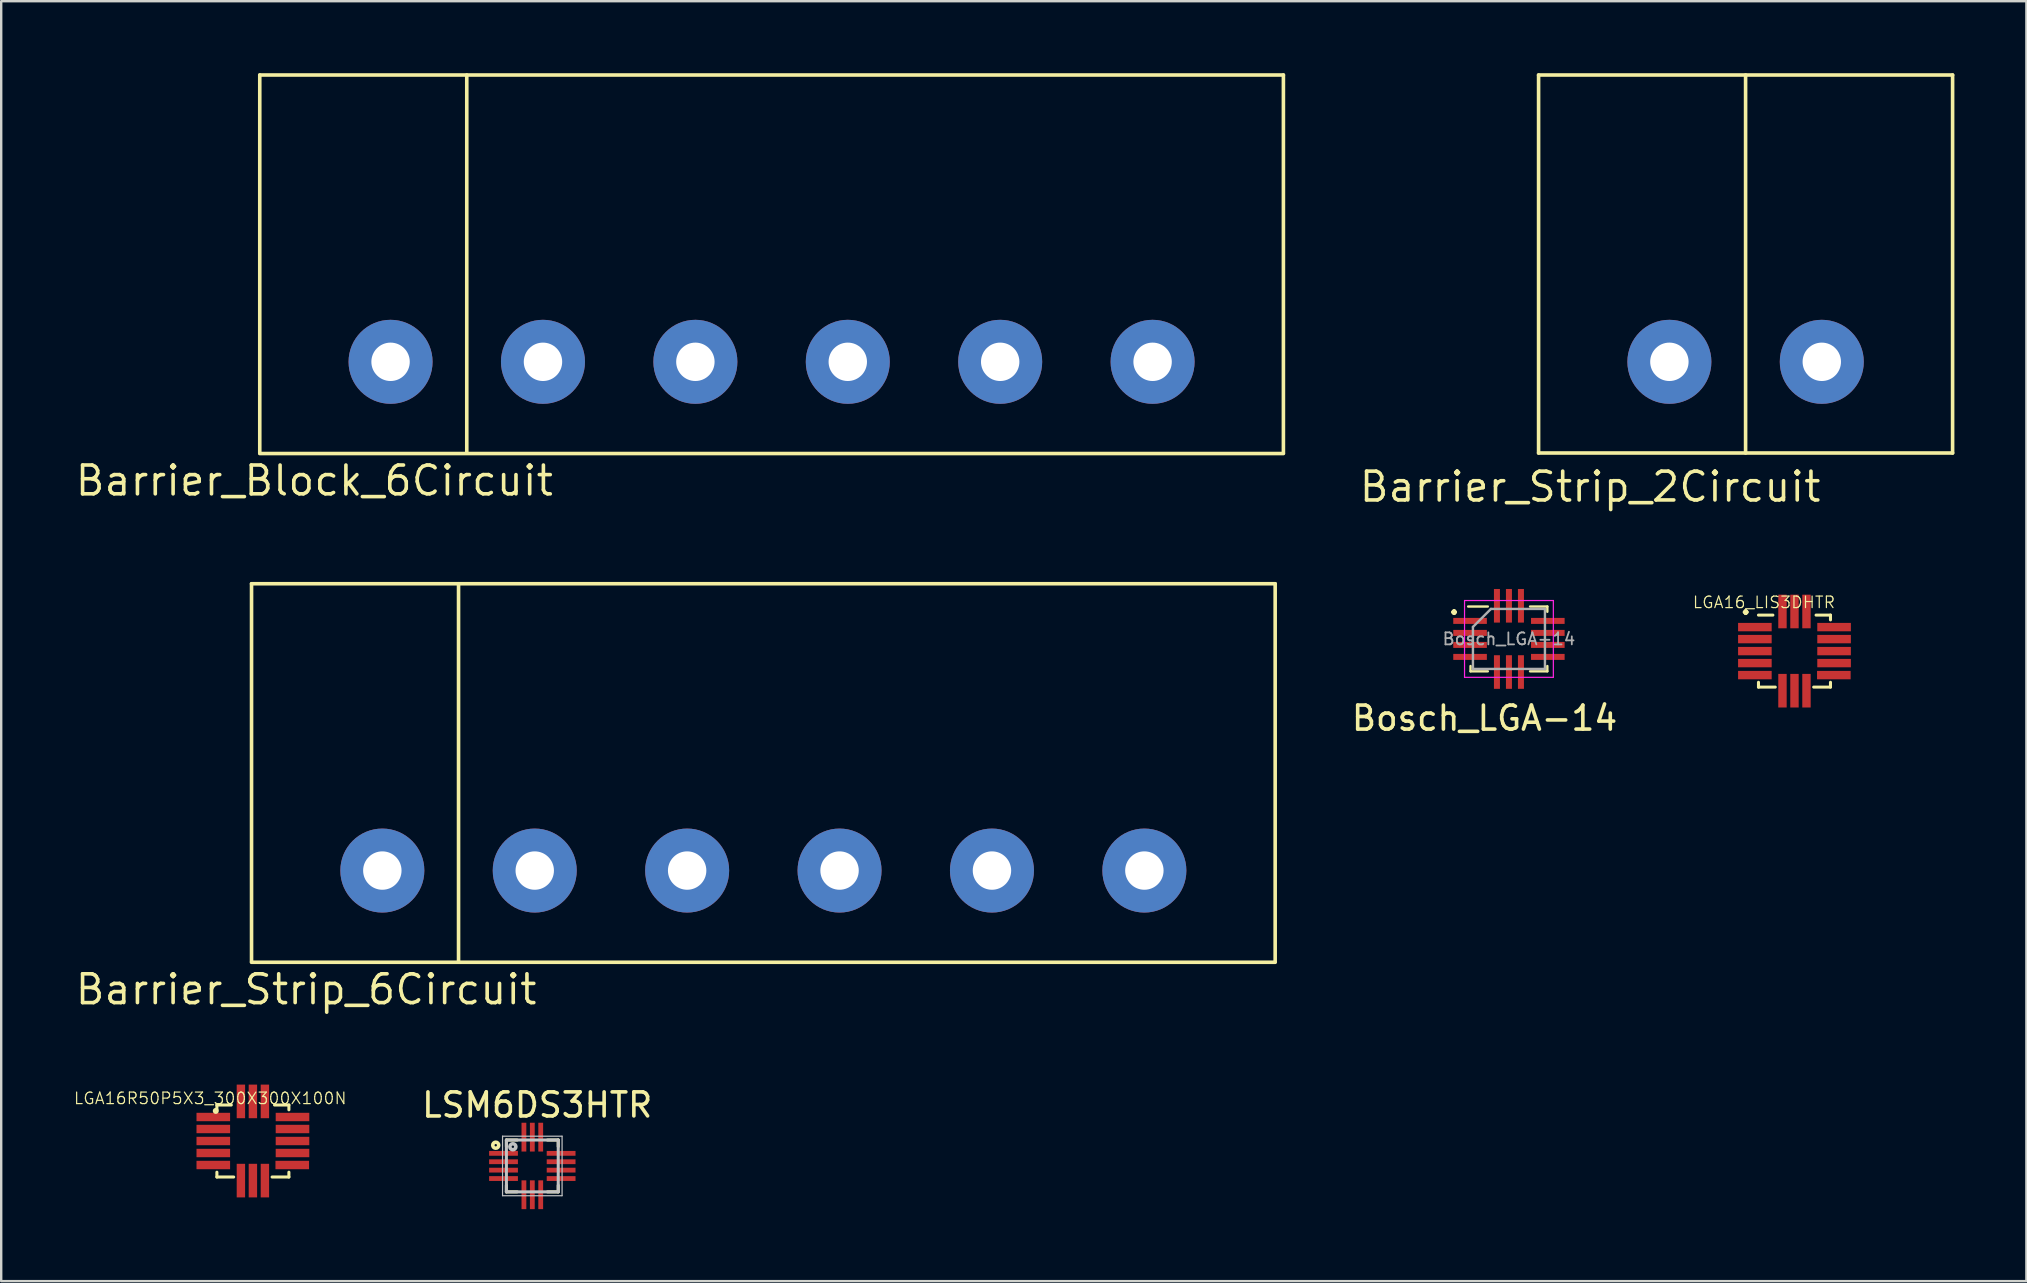
<source format=kicad_pcb>
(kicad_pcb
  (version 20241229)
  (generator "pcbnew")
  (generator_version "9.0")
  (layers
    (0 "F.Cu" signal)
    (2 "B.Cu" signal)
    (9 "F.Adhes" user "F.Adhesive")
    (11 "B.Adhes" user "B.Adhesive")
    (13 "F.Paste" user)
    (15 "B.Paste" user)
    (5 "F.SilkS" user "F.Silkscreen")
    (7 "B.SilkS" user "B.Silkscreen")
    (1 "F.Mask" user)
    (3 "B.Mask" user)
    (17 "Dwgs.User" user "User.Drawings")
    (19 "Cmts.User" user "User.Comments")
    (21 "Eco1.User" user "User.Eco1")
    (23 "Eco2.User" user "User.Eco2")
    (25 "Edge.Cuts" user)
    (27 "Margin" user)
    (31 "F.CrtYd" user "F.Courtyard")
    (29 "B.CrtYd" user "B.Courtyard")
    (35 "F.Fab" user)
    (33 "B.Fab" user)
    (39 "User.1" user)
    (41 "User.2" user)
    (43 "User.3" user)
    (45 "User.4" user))
  (footprint "Barrier_Strip_6Circuit"
    (layer "F.Cu")
    (at 28.755 33.222)
    (property "Reference" "Barrier_Strip_6Circuit" (at -19.05 4.953 0) (layer "F.SilkS") (effects (font (size 1.2 1.2) (thickness 0.15))))
    (attr through_hole)
    (fp_line (start -21.325 -11.95) (end 21.325 -11.95) (stroke (width 0.15) (type solid)) (layer "F.SilkS"))
    (fp_line (start -21.325 3.8) (end -21.325 -11.95) (stroke (width 0.15) (type solid)) (layer "F.SilkS"))
    (fp_line (start -12.7 -11.95) (end -12.7 3.8) (stroke (width 0.15) (type solid)) (layer "F.SilkS"))
    (fp_line (start 21.325 -11.95) (end 21.325 3.8) (stroke (width 0.15) (type solid)) (layer "F.SilkS"))
    (fp_line (start 21.325 3.822) (end -21.325 3.822) (stroke (width 0.15) (type solid)) (layer "F.SilkS"))
    (pad "1" thru_hole circle (at -15.875 0) (size 3.5 3.5) (drill 1.6) (layers "*.Cu" "*.Mask"))
    (pad "2" thru_hole circle (at -9.525 0) (size 3.5 3.5) (drill 1.6) (layers "*.Cu" "*.Mask"))
    (pad "3" thru_hole circle (at -3.175 0) (size 3.5 3.5) (drill 1.6) (layers "*.Cu" "*.Mask"))
    (pad "4" thru_hole circle (at 3.175 0) (size 3.5 3.5) (drill 1.6) (layers "*.Cu" "*.Mask"))
    (pad "5" thru_hole circle (at 9.525 0) (size 3.5 3.5) (drill 1.6) (layers "*.Cu" "*.Mask"))
    (pad "6" thru_hole circle (at 15.875 0) (size 3.5 3.5) (drill 1.6) (layers "*.Cu" "*.Mask")))
  (footprint "LSM6DS3HTR"
    (layer "F.Cu")
    (at 19.129 45.529)
    (property "Reference" "LSM6DS3HTR" (at 0.203 -2.54 0) (layer "F.SilkS") (effects (font (size 1.001 1.001) (thickness 0.15))))
    (attr smd)
    (fp_line (start -1.08 -1.08) (end -0.63 -1.08) (stroke (width 0.127) (type solid)) (layer "F.SilkS"))
    (fp_line (start -1.08 -0.81) (end -1.08 -1.08) (stroke (width 0.127) (type solid)) (layer "F.SilkS"))
    (fp_line (start -1.08 0.81) (end -1.08 1.08) (stroke (width 0.127) (type solid)) (layer "F.SilkS"))
    (fp_line (start -1.08 1.08) (end -0.63 1.08) (stroke (width 0.127) (type solid)) (layer "F.SilkS"))
    (fp_line (start 0.63 -1.08) (end 1.08 -1.08) (stroke (width 0.127) (type solid)) (layer "F.SilkS"))
    (fp_line (start 1.08 -1.08) (end 1.08 -0.81) (stroke (width 0.127) (type solid)) (layer "F.SilkS"))
    (fp_line (start 1.08 0.81) (end 1.08 1.08) (stroke (width 0.127) (type solid)) (layer "F.SilkS"))
    (fp_line (start 1.08 1.08) (end 0.63 1.08) (stroke (width 0.127) (type solid)) (layer "F.SilkS"))
    (fp_circle (center -1.524 -0.864) (end -1.474 -0.864) (stroke (width 0.15) (type solid)) (fill no) (layer "F.SilkS"))
    (fp_line (start -1.24 -1.24) (end 1.24 -1.24) (stroke (width 0.05) (type solid)) (layer "Dwgs.User"))
    (fp_line (start -1.24 1.24) (end -1.24 -1.24) (stroke (width 0.05) (type solid)) (layer "Dwgs.User"))
    (fp_line (start -1.08 -1.08) (end -1.08 1.08) (stroke (width 0.127) (type solid)) (layer "Dwgs.User"))
    (fp_line (start -1.08 1.08) (end 1.08 1.08) (stroke (width 0.127) (type solid)) (layer "Dwgs.User"))
    (fp_line (start 1.08 -1.08) (end -1.08 -1.08) (stroke (width 0.127) (type solid)) (layer "Dwgs.User"))
    (fp_line (start 1.08 1.08) (end 1.08 -1.08) (stroke (width 0.127) (type solid)) (layer "Dwgs.User"))
    (fp_line (start 1.24 -1.24) (end 1.24 1.24) (stroke (width 0.05) (type solid)) (layer "Dwgs.User"))
    (fp_line (start 1.24 1.24) (end -1.24 1.24) (stroke (width 0.05) (type solid)) (layer "Dwgs.User"))
    (fp_circle (center -0.81 -0.8) (end -0.76 -0.8) (stroke (width 0.15) (type solid)) (fill no) (layer "Dwgs.User"))
    (pad "1" smd rect (at -1.2 -0.525) (size 1.2 0.2) (layers "F.Cu" "F.Mask" "F.Paste"))
    (pad "2" smd rect (at -1.2 -0.175) (size 1.2 0.2) (layers "F.Cu" "F.Mask" "F.Paste"))
    (pad "3" smd rect (at -1.2 0.175) (size 1.2 0.2) (layers "F.Cu" "F.Mask" "F.Paste"))
    (pad "4" smd rect (at -1.2 0.525) (size 1.2 0.2) (layers "F.Cu" "F.Mask" "F.Paste"))
    (pad "5" smd rect (at -0.35 1.2 90) (size 1.2 0.2) (layers "F.Cu" "F.Mask" "F.Paste"))
    (pad "6" smd rect (at 0 1.2 90) (size 1.2 0.2) (layers "F.Cu" "F.Mask" "F.Paste"))
    (pad "7" smd rect (at 0.35 1.2 90) (size 1.2 0.2) (layers "F.Cu" "F.Mask" "F.Paste"))
    (pad "8" smd rect (at 1.2 0.525 180) (size 1.2 0.2) (layers "F.Cu" "F.Mask" "F.Paste"))
    (pad "9" smd rect (at 1.2 0.175 180) (size 1.2 0.2) (layers "F.Cu" "F.Mask" "F.Paste"))
    (pad "10" smd rect (at 1.2 -0.175 180) (size 1.2 0.2) (layers "F.Cu" "F.Mask" "F.Paste"))
    (pad "11" smd rect (at 1.2 -0.525 180) (size 1.2 0.2) (layers "F.Cu" "F.Mask" "F.Paste"))
    (pad "12" smd rect (at 0.35 -1.2 270) (size 1.2 0.2) (layers "F.Cu" "F.Mask" "F.Paste"))
    (pad "13" smd rect (at 0 -1.2 270) (size 1.2 0.2) (layers "F.Cu" "F.Mask" "F.Paste"))
    (pad "14" smd rect (at -0.35 -1.2 270) (size 1.2 0.2) (layers "F.Cu" "F.Mask" "F.Paste")))
  (footprint "Barrier_Strip_2Circuit"
    (layer "F.Cu")
    (at 69.68 12.025)
    (property "Reference" "Barrier_Strip_2Circuit" (at -6.477 5.207 0) (layer "F.SilkS") (effects (font (size 1.2 1.2) (thickness 0.15))))
    (attr through_hole)
    (fp_line (start -8.625 -11.95) (end 8.625 -11.95) (stroke (width 0.15) (type solid)) (layer "F.SilkS"))
    (fp_line (start -8.625 3.8) (end -8.625 -11.95) (stroke (width 0.15) (type solid)) (layer "F.SilkS"))
    (fp_line (start -8.625 3.8) (end 8.625 3.8) (stroke (width 0.15) (type solid)) (layer "F.SilkS"))
    (fp_line (start 0 -11.95) (end 0 3.8) (stroke (width 0.15) (type solid)) (layer "F.SilkS"))
    (fp_line (start 8.625 -11.95) (end 8.625 3.8) (stroke (width 0.15) (type solid)) (layer "F.SilkS"))
    (pad "1" thru_hole circle (at -3.175 0) (size 3.5 3.5) (drill 1.6) (layers "*.Cu" "*.Mask"))
    (pad "2" thru_hole circle (at 3.175 0) (size 3.5 3.5) (drill 1.6) (layers "*.Cu" "*.Mask")))
  (footprint "Bosch_LGA-14"
    (layer "F.Cu")
    (at 59.82 23.57)
    (property "Reference" "Bosch_LGA-14" (at -1.016 3.302 0) (layer "F.SilkS") (effects (font (size 1 1) (thickness 0.15))))
    (attr smd)
    (fp_line (start -1.7 -1.35) (end -0.88 -1.35) (stroke (width 0.1) (type solid)) (layer "F.SilkS"))
    (fp_line (start -1.6 1.35) (end -1.6 1.13) (stroke (width 0.1) (type solid)) (layer "F.SilkS"))
    (fp_line (start -1.6 1.35) (end -0.88 1.35) (stroke (width 0.1) (type solid)) (layer "F.SilkS"))
    (fp_line (start 0.88 -1.35) (end 1.6 -1.35) (stroke (width 0.1) (type solid)) (layer "F.SilkS"))
    (fp_line (start 1.6 -1.35) (end 1.6 -1.13) (stroke (width 0.1) (type solid)) (layer "F.SilkS"))
    (fp_line (start 1.6 1.13) (end 1.6 1.35) (stroke (width 0.1) (type solid)) (layer "F.SilkS"))
    (fp_line (start 1.6 1.35) (end 0.88 1.35) (stroke (width 0.1) (type solid)) (layer "F.SilkS"))
    (fp_line (start -1.85 -1.6) (end 1.85 -1.6) (stroke (width 0.05) (type solid)) (layer "F.CrtYd"))
    (fp_line (start -1.85 1.6) (end -1.85 -1.6) (stroke (width 0.05) (type solid)) (layer "F.CrtYd"))
    (fp_line (start 1.85 -1.6) (end 1.85 1.6) (stroke (width 0.05) (type solid)) (layer "F.CrtYd"))
    (fp_line (start 1.85 1.6) (end -1.85 1.6) (stroke (width 0.05) (type solid)) (layer "F.CrtYd"))
    (fp_line (start -1.5 1.25) (end -1.5 -0.5) (stroke (width 0.1) (type solid)) (layer "F.Fab"))
    (fp_line (start -0.75 -1.25) (end -1.5 -0.5) (stroke (width 0.1) (type solid)) (layer "F.Fab"))
    (fp_line (start -0.75 -1.25) (end 1.5 -1.25) (stroke (width 0.1) (type solid)) (layer "F.Fab"))
    (fp_line (start 1.5 -1.25) (end 1.5 1.25) (stroke (width 0.1) (type solid)) (layer "F.Fab"))
    (fp_line (start 1.5 1.25) (end -1.5 1.25) (stroke (width 0.1) (type solid)) (layer "F.Fab"))
    (fp_text user "." (at -2.286 -1.524 0) (layer "F.SilkS") (effects (font (size 1 1) (thickness 0.15))))
    (fp_text user "${REFERENCE}" (at 0 0 0) (layer "F.Fab") (effects (font (size 0.5 0.5) (thickness 0.075))))
    (pad "1" smd rect (at -1.62 -0.75) (size 1.4 0.25) (layers "F.Cu" "F.Mask" "F.Paste"))
    (pad "2" smd rect (at -1.62 -0.25) (size 1.4 0.25) (layers "F.Cu" "F.Mask" "F.Paste"))
    (pad "3" smd rect (at -1.62 0.25) (size 1.4 0.25) (layers "F.Cu" "F.Mask" "F.Paste"))
    (pad "4" smd rect (at -1.62 0.75) (size 1.4 0.25) (layers "F.Cu" "F.Mask" "F.Paste"))
    (pad "5" smd rect (at -0.5 1.38) (size 0.25 1.4) (layers "F.Cu" "F.Mask" "F.Paste"))
    (pad "6" smd rect (at 0 1.38) (size 0.25 1.4) (layers "F.Cu" "F.Mask" "F.Paste"))
    (pad "7" smd rect (at 0.5 1.38) (size 0.25 1.4) (layers "F.Cu" "F.Mask" "F.Paste"))
    (pad "8" smd rect (at 1.62 0.75) (size 1.4 0.25) (layers "F.Cu" "F.Mask" "F.Paste"))
    (pad "9" smd rect (at 1.62 0.25) (size 1.4 0.25) (layers "F.Cu" "F.Mask" "F.Paste"))
    (pad "10" smd rect (at 1.62 -0.25) (size 1.4 0.25) (layers "F.Cu" "F.Mask" "F.Paste"))
    (pad "11" smd rect (at 1.62 -0.75) (size 1.4 0.25) (layers "F.Cu" "F.Mask" "F.Paste"))
    (pad "12" smd rect (at 0.5 -1.38) (size 0.25 1.4) (layers "F.Cu" "F.Mask" "F.Paste"))
    (pad "13" smd rect (at 0 -1.38) (size 0.25 1.4) (layers "F.Cu" "F.Mask" "F.Paste"))
    (pad "14" smd rect (at -0.5 -1.38) (size 0.25 1.4) (layers "F.Cu" "F.Mask" "F.Paste")))
  (footprint "LGA16R50P5X3_300X300X100N"
    (layer "F.Cu")
    (at 7.487 44.49)
    (property "Reference" "LGA16R50P5X3_300X300X100N" (at -1.778 -1.778 0) (layer "F.SilkS") (effects (font (size 0.481 0.481) (thickness 0.05))))
    (attr smd)
    (fp_line (start -1.5 -1.3) (end -1.5 -1.5) (stroke (width 0.127) (type solid)) (layer "F.SilkS"))
    (fp_line (start -1.5 1.3) (end -1.5 1.5) (stroke (width 0.127) (type solid)) (layer "F.SilkS"))
    (fp_line (start -1.5 1.5) (end -0.8 1.5) (stroke (width 0.127) (type solid)) (layer "F.SilkS"))
    (fp_line (start -0.9 -1.5) (end -1.5 -1.5) (stroke (width 0.127) (type solid)) (layer "F.SilkS"))
    (fp_line (start 0.8 1.5) (end 1.5 1.5) (stroke (width 0.127) (type solid)) (layer "F.SilkS"))
    (fp_line (start 0.9 -1.5) (end 1.5 -1.5) (stroke (width 0.127) (type solid)) (layer "F.SilkS"))
    (fp_line (start 1.5 -1.5) (end 1.5 -1.3) (stroke (width 0.127) (type solid)) (layer "F.SilkS"))
    (fp_line (start 1.5 1.5) (end 1.5 1.3) (stroke (width 0.127) (type solid)) (layer "F.SilkS"))
    (fp_circle (center -1.546 -1.254) (end -1.42 -1.254) (stroke (width 0) (type solid)) (fill yes) (layer "F.SilkS"))
    (pad "1" smd rect (at -1.65 -1 180) (size 1.4 0.35) (layers "F.Cu" "F.Mask" "F.Paste"))
    (pad "2" smd rect (at -1.65 -0.5 180) (size 1.4 0.35) (layers "F.Cu" "F.Mask" "F.Paste"))
    (pad "3" smd rect (at -1.65 0 180) (size 1.4 0.35) (layers "F.Cu" "F.Mask" "F.Paste"))
    (pad "4" smd rect (at -1.65 0.5 180) (size 1.4 0.35) (layers "F.Cu" "F.Mask" "F.Paste"))
    (pad "5" smd rect (at -1.65 1 180) (size 1.4 0.35) (layers "F.Cu" "F.Mask" "F.Paste"))
    (pad "6" smd rect (at -0.5 1.65 90) (size 1.4 0.35) (layers "F.Cu" "F.Mask" "F.Paste"))
    (pad "7" smd rect (at 0 1.65 90) (size 1.4 0.35) (layers "F.Cu" "F.Mask" "F.Paste"))
    (pad "8" smd rect (at 0.5 1.65 90) (size 1.4 0.35) (layers "F.Cu" "F.Mask" "F.Paste"))
    (pad "9" smd rect (at 1.64 1) (size 1.4 0.35) (layers "F.Cu" "F.Mask" "F.Paste"))
    (pad "10" smd rect (at 1.65 0.5) (size 1.4 0.35) (layers "F.Cu" "F.Mask" "F.Paste"))
    (pad "11" smd rect (at 1.65 0) (size 1.4 0.35) (layers "F.Cu" "F.Mask" "F.Paste"))
    (pad "12" smd rect (at 1.65 -0.5) (size 1.4 0.35) (layers "F.Cu" "F.Mask" "F.Paste"))
    (pad "13" smd rect (at 1.65 -1) (size 1.4 0.35) (layers "F.Cu" "F.Mask" "F.Paste"))
    (pad "14" smd rect (at 0.5 -1.65 90) (size 1.4 0.35) (layers "F.Cu" "F.Mask" "F.Paste"))
    (pad "15" smd rect (at 0 -1.65 90) (size 1.4 0.35) (layers "F.Cu" "F.Mask" "F.Paste"))
    (pad "16" smd rect (at -0.5 -1.65 90) (size 1.4 0.35) (layers "F.Cu" "F.Mask" "F.Paste")))
  (footprint "LGA16_LIS3DHTR"
    (layer "F.Cu")
    (at 71.717 24.078)
    (property "Reference" "LGA16_LIS3DHTR" (at -1.27 -2.032 0) (layer "F.SilkS") (effects (font (size 0.481 0.481) (thickness 0.05))))
    (attr smd)
    (fp_line (start -1.5 1.3) (end -1.5 1.5) (stroke (width 0.127) (type solid)) (layer "F.SilkS"))
    (fp_line (start -1.5 1.5) (end -0.8 1.5) (stroke (width 0.127) (type solid)) (layer "F.SilkS"))
    (fp_line (start -0.9 -1.5) (end -1.5 -1.5) (stroke (width 0.127) (type solid)) (layer "F.SilkS"))
    (fp_line (start 0.8 1.5) (end 1.5 1.5) (stroke (width 0.127) (type solid)) (layer "F.SilkS"))
    (fp_line (start 0.9 -1.5) (end 1.5 -1.5) (stroke (width 0.127) (type solid)) (layer "F.SilkS"))
    (fp_line (start 1.5 -1.5) (end 1.5 -1.3) (stroke (width 0.127) (type solid)) (layer "F.SilkS"))
    (fp_line (start 1.5 1.5) (end 1.5 1.3) (stroke (width 0.127) (type solid)) (layer "F.SilkS"))
    (fp_text user "." (at -2.032 -2.032 0) (layer "F.SilkS") (effects (font (size 1 1) (thickness 0.15))))
    (pad "1" smd rect (at -1.65 -1 180) (size 1.4 0.35) (layers "F.Cu" "F.Mask" "F.Paste"))
    (pad "2" smd rect (at -1.65 -0.5 180) (size 1.4 0.35) (layers "F.Cu" "F.Mask" "F.Paste"))
    (pad "3" smd rect (at -1.65 0 180) (size 1.4 0.35) (layers "F.Cu" "F.Mask" "F.Paste"))
    (pad "4" smd rect (at -1.65 0.5 180) (size 1.4 0.35) (layers "F.Cu" "F.Mask" "F.Paste"))
    (pad "5" smd rect (at -1.65 1 180) (size 1.4 0.35) (layers "F.Cu" "F.Mask" "F.Paste"))
    (pad "6" smd rect (at -0.5 1.65 90) (size 1.4 0.35) (layers "F.Cu" "F.Mask" "F.Paste"))
    (pad "7" smd rect (at 0 1.65 90) (size 1.4 0.35) (layers "F.Cu" "F.Mask" "F.Paste"))
    (pad "8" smd rect (at 0.5 1.65 90) (size 1.4 0.35) (layers "F.Cu" "F.Mask" "F.Paste"))
    (pad "9" smd rect (at 1.64 1) (size 1.4 0.35) (layers "F.Cu" "F.Mask" "F.Paste"))
    (pad "10" smd rect (at 1.65 0.5) (size 1.4 0.35) (layers "F.Cu" "F.Mask" "F.Paste"))
    (pad "11" smd rect (at 1.65 0) (size 1.4 0.35) (layers "F.Cu" "F.Mask" "F.Paste"))
    (pad "12" smd rect (at 1.65 -0.5) (size 1.4 0.35) (layers "F.Cu" "F.Mask" "F.Paste"))
    (pad "13" smd rect (at 1.65 -1) (size 1.4 0.35) (layers "F.Cu" "F.Mask" "F.Paste"))
    (pad "14" smd rect (at 0.5 -1.65 90) (size 1.4 0.35) (layers "F.Cu" "F.Mask" "F.Paste"))
    (pad "15" smd rect (at 0 -1.65 90) (size 1.4 0.35) (layers "F.Cu" "F.Mask" "F.Paste"))
    (pad "16" smd rect (at -0.5 -1.65 90) (size 1.4 0.35) (layers "F.Cu" "F.Mask" "F.Paste")))
  (footprint "Barrier_Block_6Circuit"
    (layer "F.Cu")
    (at 29.098 12.025)
    (property "Reference" "Barrier_Block_6Circuit" (at -19.05 4.953 0) (layer "F.SilkS") (effects (font (size 1.2 1.2) (thickness 0.15))))
    (attr through_hole)
    (fp_line (start -21.325 -11.95) (end 21.325 -11.95) (stroke (width 0.15) (type solid)) (layer "F.SilkS"))
    (fp_line (start -21.325 3.8) (end -21.325 -11.95) (stroke (width 0.15) (type solid)) (layer "F.SilkS"))
    (fp_line (start -12.7 -11.95) (end -12.7 3.8) (stroke (width 0.15) (type solid)) (layer "F.SilkS"))
    (fp_line (start 21.325 -11.95) (end 21.325 3.8) (stroke (width 0.15) (type solid)) (layer "F.SilkS"))
    (fp_line (start 21.325 3.822) (end -21.325 3.822) (stroke (width 0.15) (type solid)) (layer "F.SilkS"))
    (pad "1" thru_hole circle (at -15.875 0) (size 3.5 3.5) (drill 1.6) (layers "*.Cu" "*.Mask"))
    (pad "2" thru_hole circle (at -9.525 0) (size 3.5 3.5) (drill 1.6) (layers "*.Cu" "*.Mask"))
    (pad "3" thru_hole circle (at -3.175 0) (size 3.5 3.5) (drill 1.6) (layers "*.Cu" "*.Mask"))
    (pad "4" thru_hole circle (at 3.175 0) (size 3.5 3.5) (drill 1.6) (layers "*.Cu" "*.Mask"))
    (pad "5" thru_hole circle (at 9.525 0) (size 3.5 3.5) (drill 1.6) (layers "*.Cu" "*.Mask"))
    (pad "6" thru_hole circle (at 15.875 0) (size 3.5 3.5) (drill 1.6) (layers "*.Cu" "*.Mask")))
  (gr_rect
    (start -3 -3)
    (end 81.38 50.329)
    (stroke (width 0.1) (type default))
    (fill no)
    (layer "Edge.Cuts")))
</source>
